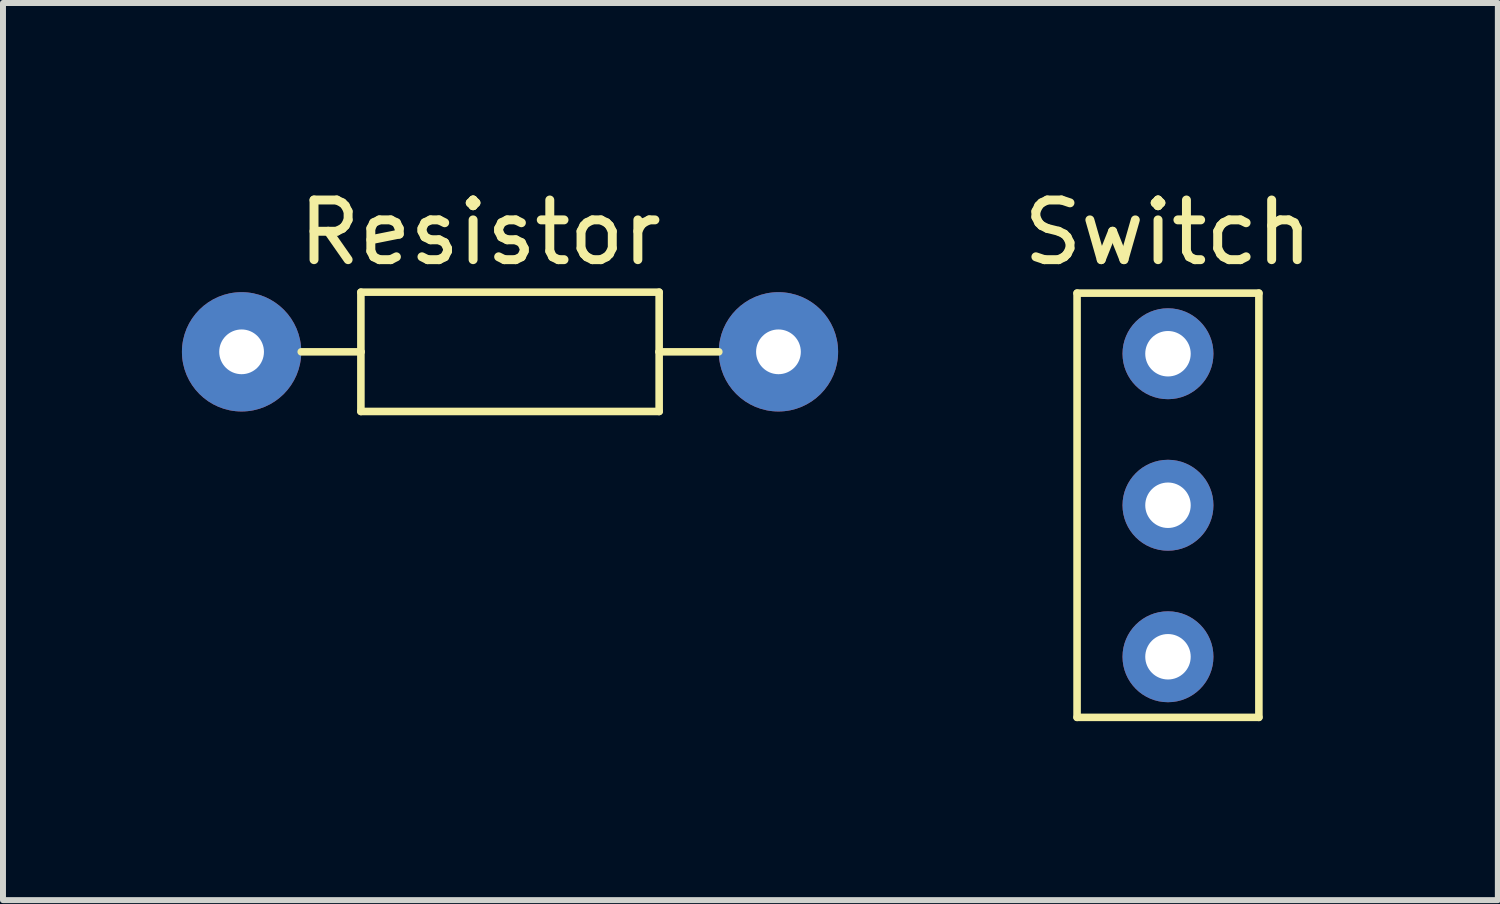
<source format=kicad_pcb>
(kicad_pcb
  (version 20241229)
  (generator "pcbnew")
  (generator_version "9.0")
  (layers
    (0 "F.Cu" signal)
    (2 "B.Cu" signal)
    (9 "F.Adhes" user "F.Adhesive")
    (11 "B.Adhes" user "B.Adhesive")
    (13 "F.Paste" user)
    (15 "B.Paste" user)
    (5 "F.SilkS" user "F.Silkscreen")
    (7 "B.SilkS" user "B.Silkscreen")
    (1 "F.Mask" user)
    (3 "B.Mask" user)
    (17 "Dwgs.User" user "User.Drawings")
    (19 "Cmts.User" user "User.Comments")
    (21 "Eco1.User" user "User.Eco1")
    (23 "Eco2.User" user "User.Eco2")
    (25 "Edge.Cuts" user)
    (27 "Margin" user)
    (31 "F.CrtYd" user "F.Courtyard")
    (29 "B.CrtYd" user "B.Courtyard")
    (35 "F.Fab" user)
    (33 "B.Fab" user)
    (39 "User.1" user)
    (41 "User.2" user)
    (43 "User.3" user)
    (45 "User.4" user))
  (footprint "Switch"
    (layer "F.Cu")
    (at 16.53 7.96)
    (property "Reference" "Switch" (at 0 -7.112 0) (layer "F.SilkS") (effects (font (size 1 1) (thickness 0.15))))
    (attr through_hole)
    (fp_line (start -1.524 -6.096) (end 1.524 -6.096) (stroke (width 0.127) (type solid)) (layer "F.SilkS"))
    (fp_line (start -1.524 1.016) (end -1.524 -6.096) (stroke (width 0.127) (type solid)) (layer "F.SilkS"))
    (fp_line (start 1.524 -6.096) (end 1.524 1.016) (stroke (width 0.127) (type solid)) (layer "F.SilkS"))
    (fp_line (start 1.524 1.016) (end -1.524 1.016) (stroke (width 0.127) (type solid)) (layer "F.SilkS"))
    (pad "1" thru_hole circle (at 0 -2.54) (size 1.524 1.524) (drill 0.762) (layers "*.Cu" "*.Mask"))
    (pad "2" thru_hole circle (at 0 0) (size 1.524 1.524) (drill 0.762) (layers "*.Cu" "*.Mask"))
    (pad "3" thru_hole circle (at 0 -5.08) (size 1.524 1.524) (drill 0.762) (layers "*.Cu" "*.Mask")))
  (footprint "Resistor"
    (layer "F.Cu")
    (at 5.5 2.848)
    (property "Reference" "Resistor" (at -0.5 -2 0) (layer "F.SilkS") (effects (font (size 1 1) (thickness 0.15))))
    (attr through_hole)
    (fp_line (start -2.5 -1) (end -2.5 0) (stroke (width 0.127) (type solid)) (layer "F.SilkS"))
    (fp_line (start -2.5 0) (end -3.5 0) (stroke (width 0.127) (type solid)) (layer "F.SilkS"))
    (fp_line (start -2.5 0) (end -2.5 1) (stroke (width 0.127) (type solid)) (layer "F.SilkS"))
    (fp_line (start -2.5 1) (end 2.5 1) (stroke (width 0.127) (type solid)) (layer "F.SilkS"))
    (fp_line (start 2.5 -1) (end -2.5 -1) (stroke (width 0.127) (type solid)) (layer "F.SilkS"))
    (fp_line (start 2.5 0) (end 2.5 -1) (stroke (width 0.127) (type solid)) (layer "F.SilkS"))
    (fp_line (start 2.5 0) (end 2.5 1) (stroke (width 0.127) (type solid)) (layer "F.SilkS"))
    (fp_line (start 3.5 0) (end 2.5 0) (stroke (width 0.127) (type solid)) (layer "F.SilkS"))
    (pad "1" thru_hole circle (at -4.5 0) (size 2 2) (drill 0.75) (layers "*.Cu" "*.Mask"))
    (pad "2" thru_hole circle (at 4.5 0) (size 2 2) (drill 0.75) (layers "*.Cu" "*.Mask")))
  (gr_rect
    (start -3 -3)
    (end 22.06 12.04)
    (stroke (width 0.1) (type default))
    (fill no)
    (layer "Edge.Cuts")))
</source>
